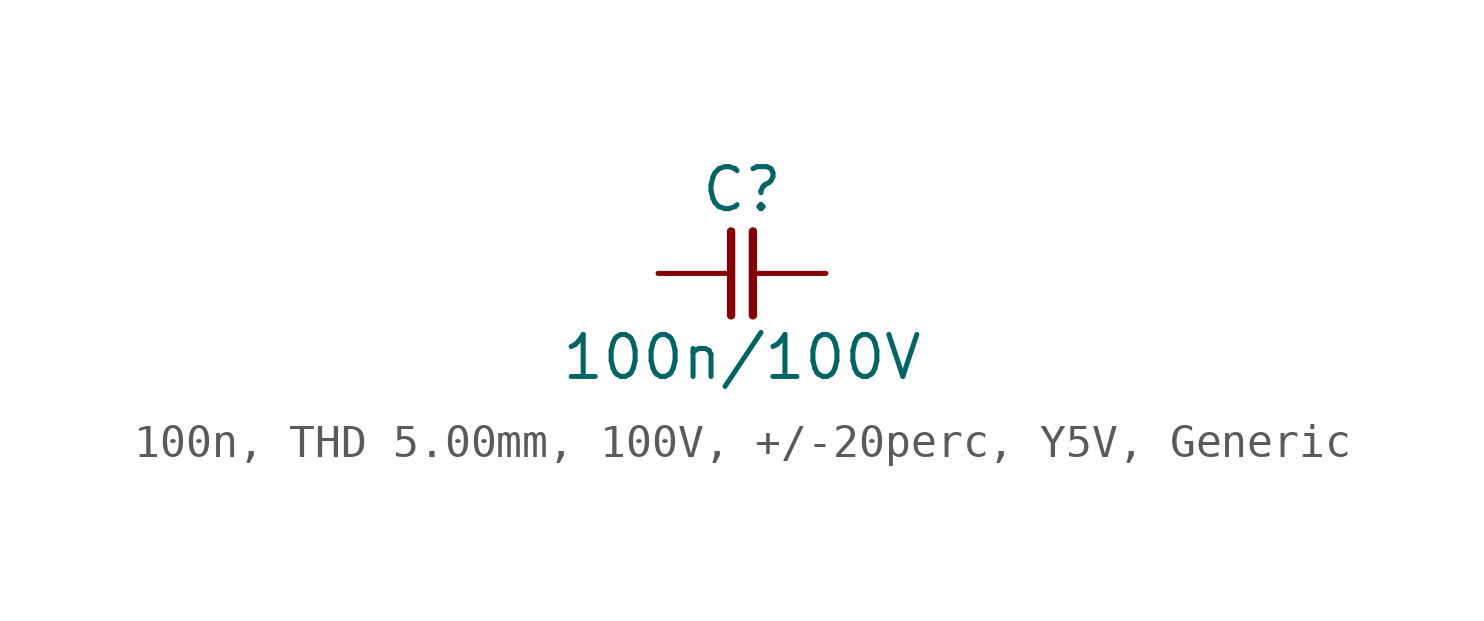
<source format=kicad_sym>
(kicad_symbol_lib
  (version 20241209)
  (generator "kicad_symbol_editor")
  (generator_version "9.0")
  (symbol "100n, THD 5.00mm, 100V, +/-20perc, Y5V, Generic"
    (pin_numbers
      (hide yes))
    (pin_names
      (offset 0)
      (hide yes))
    (property "Reference" "C"
      (at 0 2.54 0)
      (effects (font (size 1.27 1.27))))
    (property "Value" "100n/100V"
      (at 0 -2.54 0)
      (effects (font (size 1.27 1.27))))
    (symbol "100n, THD 5.00mm, 100V, +/-20perc, Y5V, Generic_0_1"
      (polyline (pts (xy -0.33 1.27) (xy -0.33 -1.27)) (stroke (width 0.254) (type default)) (fill (type none)))
      (polyline (pts (xy 0.33 1.27) (xy 0.33 -1.27)) (stroke (width 0.254) (type default)) (fill (type none))))
    (symbol "100n, THD 5.00mm, 100V, +/-20perc, Y5V, Generic_1_1"
      (pin passive line (at -2.54 0 0) (length 2.21) (name "1" (effects (font (size 1.27 1.27)))) (number "1" (effects (font (size 1.27 1.27)))))
      (pin passive line (at 2.54 0 180) (length 2.21) (name "2" (effects (font (size 1.27 1.27)))) (number "2" (effects (font (size 1.27 1.27))))))))
</source>
